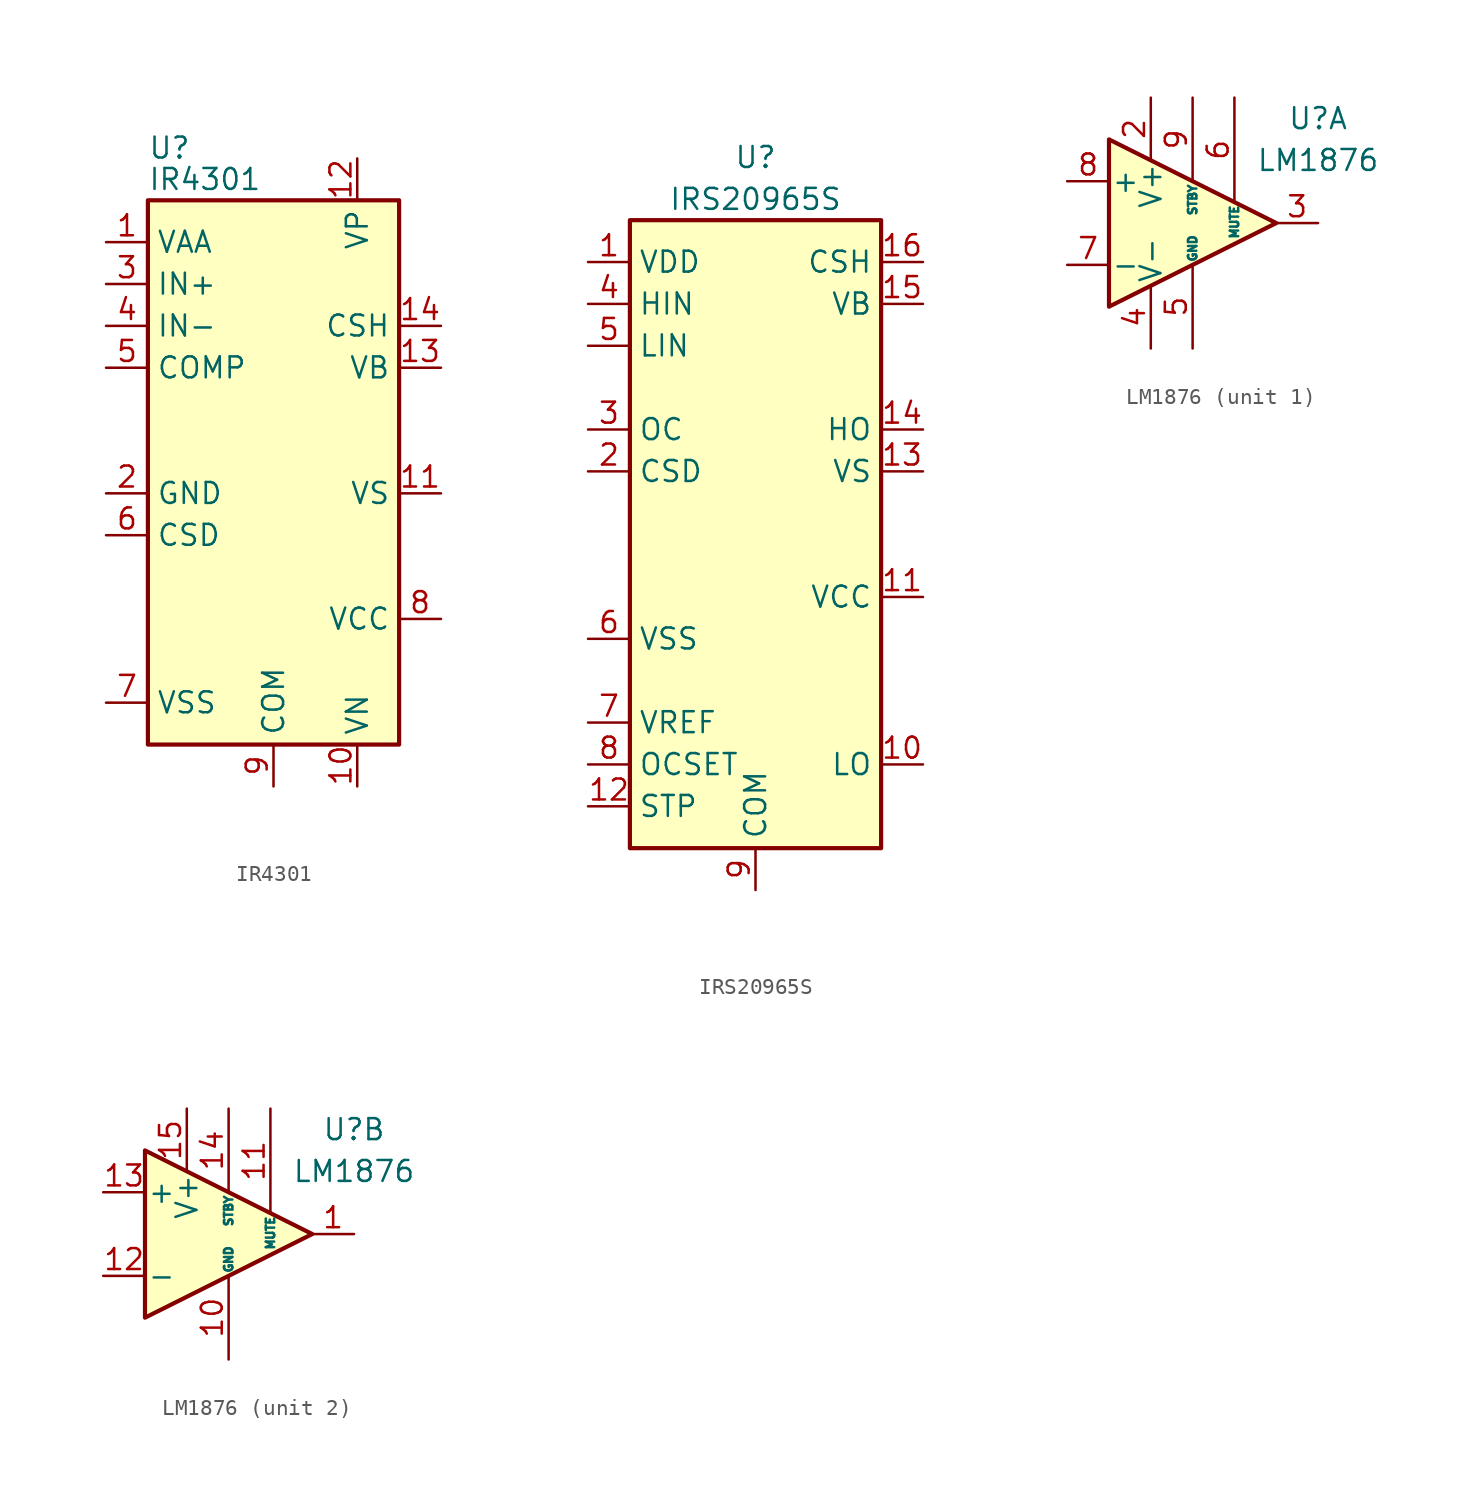
<source format=kicad_sym>
(kicad_symbol_lib
  (version 20241209)
  (generator "kicad_symbol_editor")
  (generator_version "9.0")
  (symbol "IR4301"
    (property "Reference" "U"
      (at -7.62 20.955 0)
      (effects (font (size 1.27 1.27)) (justify left)))
    (property "Value" "IR4301"
      (at -7.62 19.05 0)
      (effects (font (size 1.27 1.27)) (justify left)))
    (symbol "IR4301_0_1"
      (rectangle (start -7.62 -15.24) (end 7.62 17.78) (stroke (width 0.254) (type solid)) (fill (type background))))
    (symbol "IR4301_1_1"
      (pin power_in line (at -10.16 15.24 0) (length 2.54) (name "VAA" (effects (font (size 1.27 1.27)))) (number "1" (effects (font (size 1.27 1.27)))))
      (pin input line (at -10.16 12.7 0) (length 2.54) (name "IN+" (effects (font (size 1.27 1.27)))) (number "3" (effects (font (size 1.27 1.27)))))
      (pin input line (at -10.16 10.16 0) (length 2.54) (name "IN-" (effects (font (size 1.27 1.27)))) (number "4" (effects (font (size 1.27 1.27)))))
      (pin output line (at -10.16 7.62 0) (length 2.54) (name "COMP" (effects (font (size 1.27 1.27)))) (number "5" (effects (font (size 1.27 1.27)))))
      (pin power_in line (at -10.16 0 0) (length 2.54) (name "GND" (effects (font (size 1.27 1.27)))) (number "2" (effects (font (size 1.27 1.27)))))
      (pin passive line (at -10.16 -2.54 0) (length 2.54) (name "CSD" (effects (font (size 1.27 1.27)))) (number "6" (effects (font (size 1.27 1.27)))))
      (pin power_in line (at -10.16 -12.7 0) (length 2.54) (name "VSS" (effects (font (size 1.27 1.27)))) (number "7" (effects (font (size 1.27 1.27)))))
      (pin passive line (at 0 -17.78 90) (length 2.54) (hide yes) (name "COM" (effects (font (size 1.27 1.27)))) (number "15" (effects (font (size 1.27 1.27)))))
      (pin power_in line (at 0 -17.78 90) (length 2.54) (name "COM" (effects (font (size 1.27 1.27)))) (number "9" (effects (font (size 1.27 1.27)))))
      (pin power_in line (at 5.08 20.32 270) (length 2.54) (name "VP" (effects (font (size 1.27 1.27)))) (number "12" (effects (font (size 1.27 1.27)))))
      (pin power_in line (at 5.08 -17.78 90) (length 2.54) (name "VN" (effects (font (size 1.27 1.27)))) (number "10" (effects (font (size 1.27 1.27)))))
      (pin passive line (at 10.16 10.16 180) (length 2.54) (name "CSH" (effects (font (size 1.27 1.27)))) (number "14" (effects (font (size 1.27 1.27)))))
      (pin power_in line (at 10.16 7.62 180) (length 2.54) (name "VB" (effects (font (size 1.27 1.27)))) (number "13" (effects (font (size 1.27 1.27)))))
      (pin output line (at 10.16 0 180) (length 2.54) (name "VS" (effects (font (size 1.27 1.27)))) (number "11" (effects (font (size 1.27 1.27)))))
      (pin power_in line (at 10.16 -7.62 180) (length 2.54) (name "VCC" (effects (font (size 1.27 1.27)))) (number "8" (effects (font (size 1.27 1.27)))))))
  (symbol "IRS20965S"
    (property "Reference" "U"
      (at 0 24.13 0)
      (effects (font (size 1.27 1.27))))
    (property "Value" "IRS20965S"
      (at 0 21.59 0)
      (effects (font (size 1.27 1.27))))
    (symbol "IRS20965S_0_1"
      (rectangle (start -7.62 -17.78) (end 7.62 20.32) (stroke (width 0.254) (type solid)) (fill (type background))))
    (symbol "IRS20965S_1_1"
      (pin power_in line (at -10.16 17.78 0) (length 2.54) (name "VDD" (effects (font (size 1.27 1.27)))) (number "1" (effects (font (size 1.27 1.27)))))
      (pin input line (at -10.16 15.24 0) (length 2.54) (name "HIN" (effects (font (size 1.27 1.27)))) (number "4" (effects (font (size 1.27 1.27)))))
      (pin input line (at -10.16 12.7 0) (length 2.54) (name "LIN" (effects (font (size 1.27 1.27)))) (number "5" (effects (font (size 1.27 1.27)))))
      (pin open_collector line (at -10.16 7.62 0) (length 2.54) (name "OC" (effects (font (size 1.27 1.27)))) (number "3" (effects (font (size 1.27 1.27)))))
      (pin passive line (at -10.16 5.08 0) (length 2.54) (name "CSD" (effects (font (size 1.27 1.27)))) (number "2" (effects (font (size 1.27 1.27)))))
      (pin power_in line (at -10.16 -5.08 0) (length 2.54) (name "VSS" (effects (font (size 1.27 1.27)))) (number "6" (effects (font (size 1.27 1.27)))))
      (pin power_out line (at -10.16 -10.16 0) (length 2.54) (name "VREF" (effects (font (size 1.27 1.27)))) (number "7" (effects (font (size 1.27 1.27)))))
      (pin passive line (at -10.16 -12.7 0) (length 2.54) (name "OCSET" (effects (font (size 1.27 1.27)))) (number "8" (effects (font (size 1.27 1.27)))))
      (pin input line (at -10.16 -15.24 0) (length 2.54) (name "STP" (effects (font (size 1.27 1.27)))) (number "12" (effects (font (size 1.27 1.27)))))
      (pin power_in line (at 0 -20.32 90) (length 2.54) (name "COM" (effects (font (size 1.27 1.27)))) (number "9" (effects (font (size 1.27 1.27)))))
      (pin passive line (at 10.16 17.78 180) (length 2.54) (name "CSH" (effects (font (size 1.27 1.27)))) (number "16" (effects (font (size 1.27 1.27)))))
      (pin power_in line (at 10.16 15.24 180) (length 2.54) (name "VB" (effects (font (size 1.27 1.27)))) (number "15" (effects (font (size 1.27 1.27)))))
      (pin output line (at 10.16 7.62 180) (length 2.54) (name "HO" (effects (font (size 1.27 1.27)))) (number "14" (effects (font (size 1.27 1.27)))))
      (pin passive line (at 10.16 5.08 180) (length 2.54) (name "VS" (effects (font (size 1.27 1.27)))) (number "13" (effects (font (size 1.27 1.27)))))
      (pin power_in line (at 10.16 -2.54 180) (length 2.54) (name "VCC" (effects (font (size 1.27 1.27)))) (number "11" (effects (font (size 1.27 1.27)))))
      (pin output line (at 10.16 -12.7 180) (length 2.54) (name "LO" (effects (font (size 1.27 1.27)))) (number "10" (effects (font (size 1.27 1.27)))))))
  (symbol "LM1876"
    (pin_names
      (offset 0.127))
    (property "Reference" "U"
      (at 7.62 6.35 0)
      (effects (font (size 1.27 1.27))))
    (property "Value" "LM1876"
      (at 7.62 3.81 0)
      (effects (font (size 1.27 1.27))))
    (property "ki_locked" ""
      (at 0 0 0)
      (effects (font (size 1.27 1.27))))
    (symbol "LM1876_0_1"
      (polyline (pts (xy -5.08 5.08) (xy 5.08 0) (xy -5.08 -5.08) (xy -5.08 5.08)) (stroke (width 0.254) (type solid)) (fill (type background))))
    (symbol "LM1876_1_1"
      (pin input line (at -7.62 2.54 0) (length 2.54) (name "+" (effects (font (size 1.27 1.27)))) (number "8" (effects (font (size 1.27 1.27)))))
      (pin input line (at -7.62 -2.54 0) (length 2.54) (name "-" (effects (font (size 1.27 1.27)))) (number "7" (effects (font (size 1.27 1.27)))))
      (pin power_in line (at -2.54 7.62 270) (length 3.81) (name "V+" (effects (font (size 1.27 1.27)))) (number "2" (effects (font (size 1.27 1.27)))))
      (pin power_in line (at -2.54 -7.62 90) (length 3.81) (name "V-" (effects (font (size 1.27 1.27)))) (number "4" (effects (font (size 1.27 1.27)))))
      (pin input line (at 0 7.62 270) (length 5.08) (name "STBY" (effects (font (size 0.508 0.508)))) (number "9" (effects (font (size 1.27 1.27)))))
      (pin power_in line (at 0 -7.62 90) (length 5.08) (name "GND" (effects (font (size 0.508 0.508)))) (number "5" (effects (font (size 1.27 1.27)))))
      (pin input line (at 2.54 7.62 270) (length 6.35) (name "MUTE" (effects (font (size 0.508 0.508)))) (number "6" (effects (font (size 1.27 1.27)))))
      (pin output line (at 7.62 0 180) (length 2.54) (name "~" (effects (font (size 1.27 1.27)))) (number "3" (effects (font (size 1.27 1.27))))))
    (symbol "LM1876_2_1"
      (pin input line (at -7.62 2.54 0) (length 2.54) (name "+" (effects (font (size 1.27 1.27)))) (number "13" (effects (font (size 1.27 1.27)))))
      (pin input line (at -7.62 -2.54 0) (length 2.54) (name "-" (effects (font (size 1.27 1.27)))) (number "12" (effects (font (size 1.27 1.27)))))
      (pin power_in line (at -2.54 7.62 270) (length 3.81) (name "V+" (effects (font (size 1.27 1.27)))) (number "15" (effects (font (size 1.27 1.27)))))
      (pin input line (at 0 7.62 270) (length 5.08) (name "STBY" (effects (font (size 0.508 0.508)))) (number "14" (effects (font (size 1.27 1.27)))))
      (pin power_in line (at 0 -7.62 90) (length 5.08) (name "GND" (effects (font (size 0.508 0.508)))) (number "10" (effects (font (size 1.27 1.27)))))
      (pin input line (at 2.54 7.62 270) (length 6.35) (name "MUTE" (effects (font (size 0.508 0.508)))) (number "11" (effects (font (size 1.27 1.27)))))
      (pin output line (at 7.62 0 180) (length 2.54) (name "~" (effects (font (size 1.27 1.27)))) (number "1" (effects (font (size 1.27 1.27))))))))
</source>
